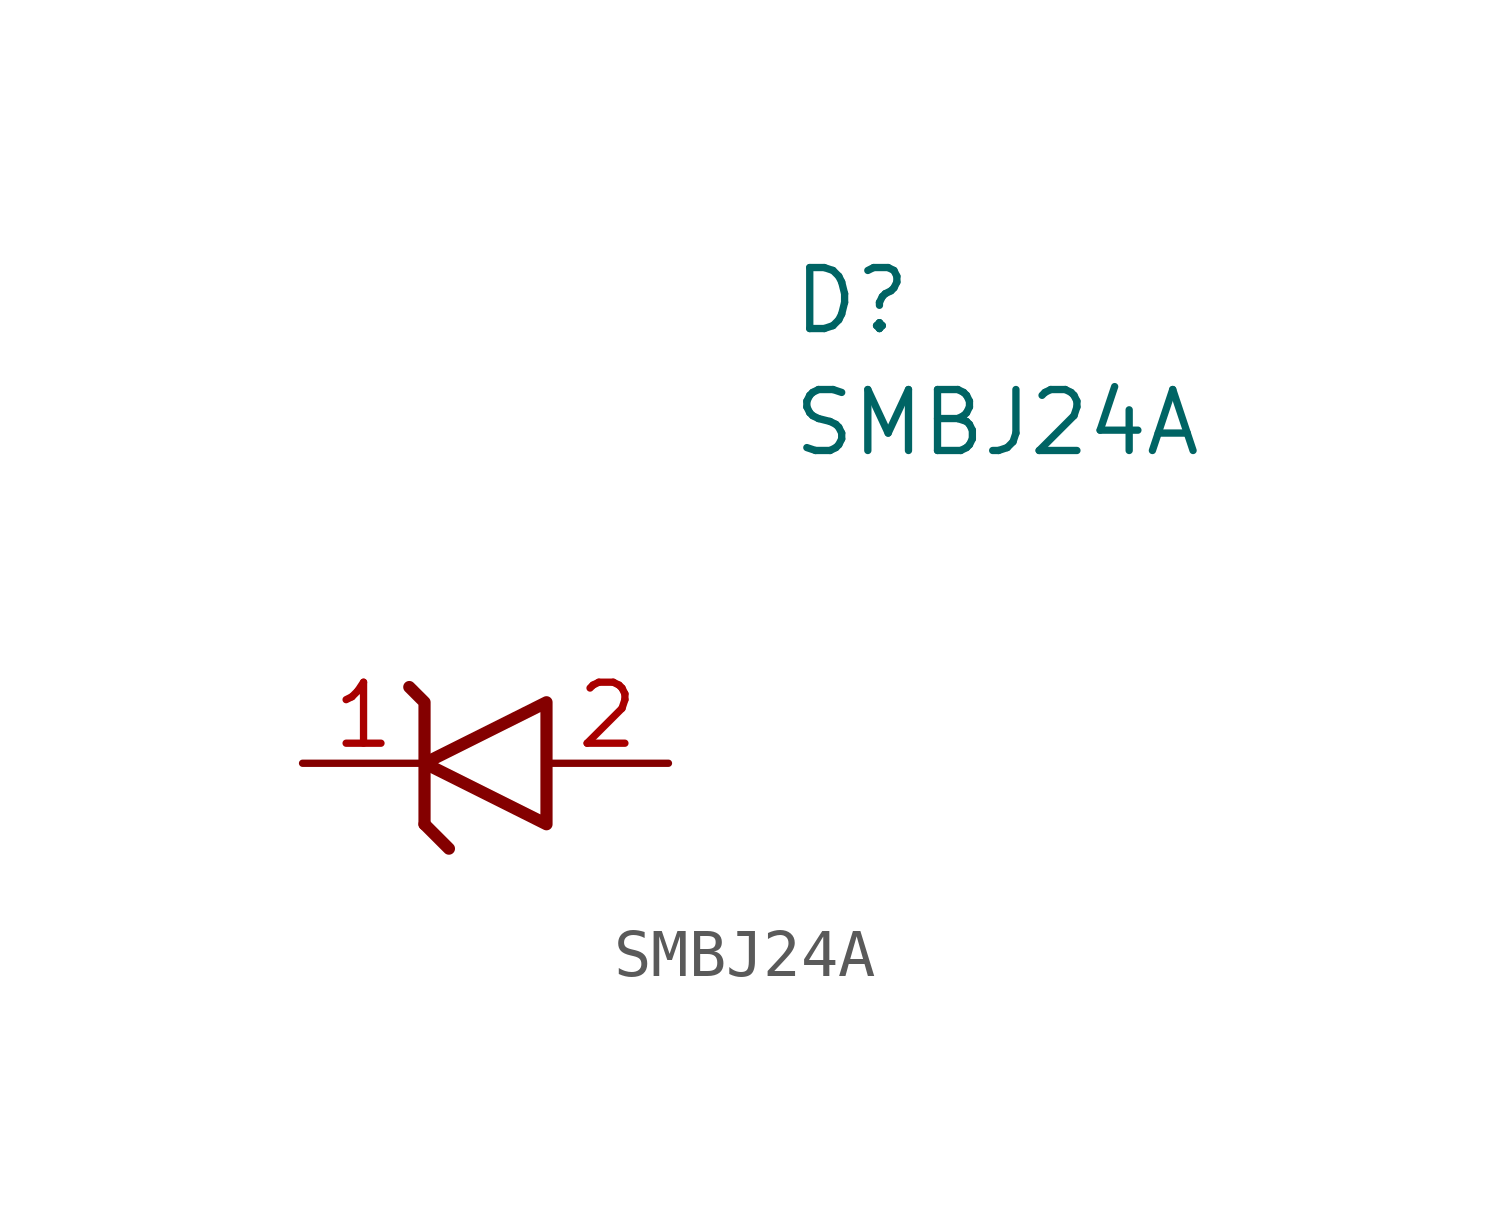
<source format=kicad_sym>
(kicad_symbol_lib
  (version 20220914)
  (generator kicad_symbol_editor)
  (symbol "SMBJ24A"
    (pin_names hide)
    (property "Reference" "D"
      (at 10.16 8.89 0)
      (effects (font (size 1.27 1.27)) (justify left bottom)))
    (property "Value" "SMBJ24A"
      (at 10.16 6.35 0)
      (effects (font (size 1.27 1.27)) (justify left bottom)))
    (symbol "SMBJ24A_0_0"
      (polyline (pts (xy 2.54 -1.27) (xy 2.54 1.27) (xy 2.223 1.587)) (stroke (width 0.254) (type default)) (fill (type none))))
    (symbol "SMBJ24A_0_1"
      (polyline (pts (xy 5.08 -1.27) (xy 2.54 0) (xy 5.08 1.27) (xy 5.08 -1.27) (xy 5.08 -1.27) (xy 5.08 -1.27)) (stroke (width 0.254) (type default)) (fill (type none))))
    (symbol "SMBJ24A_1_1"
      (polyline (pts (xy 2.54 -1.27) (xy 3.048 -1.778)) (stroke (width 0.254) (type default)) (fill (type none)))
      (pin passive line (at 0 0 0) (length 2.54) (name "K" (effects (font (size 1.27 1.27)))) (number "1" (effects (font (size 1.27 1.27)))))
      (pin passive line (at 7.62 0 180) (length 2.54) (name "A" (effects (font (size 1.27 1.27)))) (number "2" (effects (font (size 1.27 1.27))))))))
</source>
